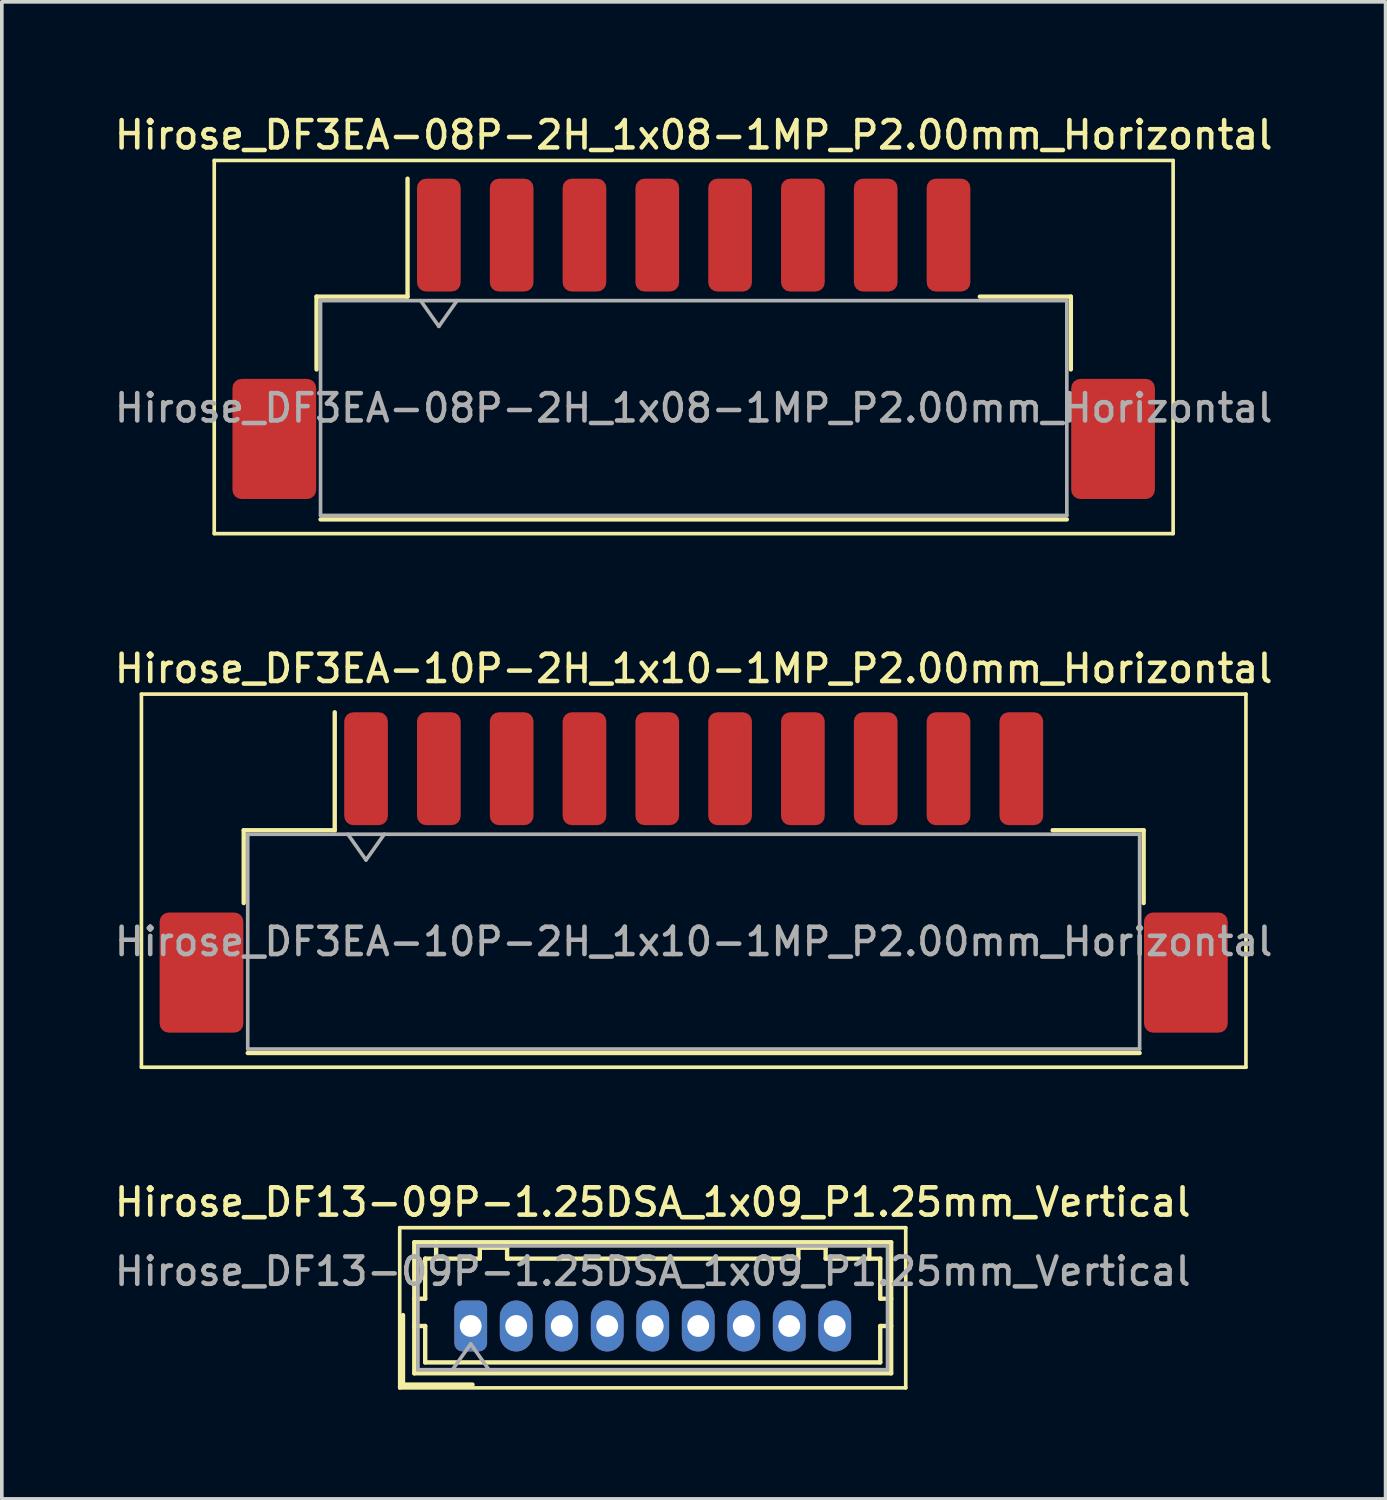
<source format=kicad_pcb>
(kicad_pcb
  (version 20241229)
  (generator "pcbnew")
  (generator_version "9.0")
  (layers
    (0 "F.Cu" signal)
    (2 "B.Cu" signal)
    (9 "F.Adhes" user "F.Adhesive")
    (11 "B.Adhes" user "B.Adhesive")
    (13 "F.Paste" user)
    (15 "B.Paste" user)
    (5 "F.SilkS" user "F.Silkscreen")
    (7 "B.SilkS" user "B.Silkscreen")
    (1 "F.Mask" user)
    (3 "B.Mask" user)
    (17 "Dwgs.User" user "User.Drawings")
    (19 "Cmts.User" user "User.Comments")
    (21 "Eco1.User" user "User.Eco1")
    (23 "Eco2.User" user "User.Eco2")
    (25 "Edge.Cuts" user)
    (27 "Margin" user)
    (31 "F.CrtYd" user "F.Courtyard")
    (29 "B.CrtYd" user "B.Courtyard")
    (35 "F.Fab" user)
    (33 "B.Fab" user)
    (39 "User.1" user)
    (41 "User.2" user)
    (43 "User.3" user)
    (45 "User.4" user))
  (footprint "Hirose_DF13-09P-1.25DSA_1x09_P1.25mm_Vertical"
    (layer "F.Cu")
    (at 9.88 33.374)
    (property "Reference" "Hirose_DF13-09P-1.25DSA_1x09_P1.25mm_Vertical" (at 5 -3.4 0) (layer "F.SilkS") (effects (font (size 0.75 0.75) (thickness 0.125))))
    (attr through_hole)
    (fp_line (start -1.95 -2.7) (end -1.95 1.7) (stroke (width 0.1) (type solid)) (layer "F.SilkS"))
    (fp_line (start -1.95 1.7) (end 11.95 1.7) (stroke (width 0.1) (type solid)) (layer "F.SilkS"))
    (fp_line (start -1.86 -0.3) (end -1.86 1.61) (stroke (width 0.12) (type solid)) (layer "F.SilkS"))
    (fp_line (start -1.86 1.61) (end 0.05 1.61) (stroke (width 0.12) (type solid)) (layer "F.SilkS"))
    (fp_line (start -1.55 -2.3) (end -1.55 1.3) (stroke (width 0.12) (type solid)) (layer "F.SilkS"))
    (fp_line (start -1.55 -0.75) (end -1.25 -0.75) (stroke (width 0.12) (type solid)) (layer "F.SilkS"))
    (fp_line (start -1.55 0) (end -1.25 0) (stroke (width 0.12) (type solid)) (layer "F.SilkS"))
    (fp_line (start -1.55 1.3) (end 11.55 1.3) (stroke (width 0.12) (type solid)) (layer "F.SilkS"))
    (fp_line (start -1.25 -1.85) (end -0.95 -1.85) (stroke (width 0.12) (type solid)) (layer "F.SilkS"))
    (fp_line (start -1.25 -0.75) (end -1.25 -1.85) (stroke (width 0.12) (type solid)) (layer "F.SilkS"))
    (fp_line (start -1.25 0) (end -1.25 1) (stroke (width 0.12) (type solid)) (layer "F.SilkS"))
    (fp_line (start -1.25 1) (end 11.25 1) (stroke (width 0.12) (type solid)) (layer "F.SilkS"))
    (fp_line (start -0.95 -1.85) (end -0.95 -2.3) (stroke (width 0.12) (type solid)) (layer "F.SilkS"))
    (fp_line (start -0.95 -1.85) (end 0.25 -1.85) (stroke (width 0.12) (type solid)) (layer "F.SilkS"))
    (fp_line (start 0.25 -2.15) (end 1 -2.15) (stroke (width 0.12) (type solid)) (layer "F.SilkS"))
    (fp_line (start 0.25 -1.85) (end 0.25 -2.15) (stroke (width 0.12) (type solid)) (layer "F.SilkS"))
    (fp_line (start 1 -2.15) (end 1 -1.85) (stroke (width 0.12) (type solid)) (layer "F.SilkS"))
    (fp_line (start 1 -1.85) (end 9 -1.85) (stroke (width 0.12) (type solid)) (layer "F.SilkS"))
    (fp_line (start 9 -2.15) (end 9.75 -2.15) (stroke (width 0.12) (type solid)) (layer "F.SilkS"))
    (fp_line (start 9 -1.85) (end 9 -2.15) (stroke (width 0.12) (type solid)) (layer "F.SilkS"))
    (fp_line (start 9.75 -2.15) (end 9.75 -1.85) (stroke (width 0.12) (type solid)) (layer "F.SilkS"))
    (fp_line (start 9.75 -1.85) (end 10.95 -1.85) (stroke (width 0.12) (type solid)) (layer "F.SilkS"))
    (fp_line (start 10.95 -1.85) (end 10.95 -2.3) (stroke (width 0.12) (type solid)) (layer "F.SilkS"))
    (fp_line (start 11.25 -1.85) (end 10.95 -1.85) (stroke (width 0.12) (type solid)) (layer "F.SilkS"))
    (fp_line (start 11.25 -0.75) (end 11.25 -1.85) (stroke (width 0.12) (type solid)) (layer "F.SilkS"))
    (fp_line (start 11.25 0) (end 11.55 0) (stroke (width 0.12) (type solid)) (layer "F.SilkS"))
    (fp_line (start 11.25 1) (end 11.25 0) (stroke (width 0.12) (type solid)) (layer "F.SilkS"))
    (fp_line (start 11.55 -2.3) (end -1.55 -2.3) (stroke (width 0.12) (type solid)) (layer "F.SilkS"))
    (fp_line (start 11.55 -0.75) (end 11.25 -0.75) (stroke (width 0.12) (type solid)) (layer "F.SilkS"))
    (fp_line (start 11.55 1.3) (end 11.55 -2.3) (stroke (width 0.12) (type solid)) (layer "F.SilkS"))
    (fp_line (start 11.95 -2.7) (end -1.95 -2.7) (stroke (width 0.1) (type solid)) (layer "F.SilkS"))
    (fp_line (start 11.95 1.7) (end 11.95 -2.7) (stroke (width 0.1) (type solid)) (layer "F.SilkS"))
    (fp_line (start -1.45 -2.2) (end -1.45 1.2) (stroke (width 0.1) (type solid)) (layer "F.Fab"))
    (fp_line (start -1.45 1.2) (end 11.45 1.2) (stroke (width 0.1) (type solid)) (layer "F.Fab"))
    (fp_line (start -0.5 1.2) (end 0 0.493) (stroke (width 0.1) (type solid)) (layer "F.Fab"))
    (fp_line (start 0 0.493) (end 0.5 1.2) (stroke (width 0.1) (type solid)) (layer "F.Fab"))
    (fp_line (start 11.45 -2.2) (end -1.45 -2.2) (stroke (width 0.1) (type solid)) (layer "F.Fab"))
    (fp_line (start 11.45 1.2) (end 11.45 -2.2) (stroke (width 0.1) (type solid)) (layer "F.Fab"))
    (fp_text user "${REFERENCE}" (at 5 -1.5 0) (layer "F.Fab") (effects (font (size 0.75 0.75) (thickness 0.125))))
    (pad "1" thru_hole roundrect (at 0 0) (size 0.9 1.4) (drill 0.6) (layers "*.Cu" "*.Mask") (roundrect_rratio 0.25))
    (pad "2" thru_hole oval (at 1.25 0) (size 0.9 1.4) (drill 0.6) (layers "*.Cu" "*.Mask"))
    (pad "3" thru_hole oval (at 2.5 0) (size 0.9 1.4) (drill 0.6) (layers "*.Cu" "*.Mask"))
    (pad "4" thru_hole oval (at 3.75 0) (size 0.9 1.4) (drill 0.6) (layers "*.Cu" "*.Mask"))
    (pad "5" thru_hole oval (at 5 0) (size 0.9 1.4) (drill 0.6) (layers "*.Cu" "*.Mask"))
    (pad "6" thru_hole oval (at 6.25 0) (size 0.9 1.4) (drill 0.6) (layers "*.Cu" "*.Mask"))
    (pad "7" thru_hole oval (at 7.5 0) (size 0.9 1.4) (drill 0.6) (layers "*.Cu" "*.Mask"))
    (pad "8" thru_hole oval (at 8.75 0) (size 0.9 1.4) (drill 0.6) (layers "*.Cu" "*.Mask"))
    (pad "9" thru_hole oval (at 10 0) (size 0.9 1.4) (drill 0.6) (layers "*.Cu" "*.Mask")))
  (footprint "Hirose_DF3EA-10P-2H_1x10-1MP_P2.00mm_Horizontal"
    (layer "F.Cu")
    (at 16.005 20.916)
    (property "Reference" "Hirose_DF3EA-10P-2H_1x10-1MP_P2.00mm_Horizontal" (at 0 -5.6 0) (layer "F.SilkS") (effects (font (size 0.75 0.75) (thickness 0.125))))
    (attr smd)
    (fp_line (start -15.17 -4.9) (end -15.17 5.35) (stroke (width 0.1) (type solid)) (layer "F.SilkS"))
    (fp_line (start -15.17 5.35) (end 15.17 5.35) (stroke (width 0.1) (type solid)) (layer "F.SilkS"))
    (fp_line (start -12.36 -1.16) (end -9.86 -1.16) (stroke (width 0.12) (type solid)) (layer "F.SilkS"))
    (fp_line (start -12.36 0.84) (end -12.36 -1.16) (stroke (width 0.12) (type solid)) (layer "F.SilkS"))
    (fp_line (start -12.25 4.96) (end 12.25 4.96) (stroke (width 0.12) (type solid)) (layer "F.SilkS"))
    (fp_line (start -9.86 -1.16) (end -9.86 -4.4) (stroke (width 0.12) (type solid)) (layer "F.SilkS"))
    (fp_line (start 12.36 -1.16) (end 9.86 -1.16) (stroke (width 0.12) (type solid)) (layer "F.SilkS"))
    (fp_line (start 12.36 0.84) (end 12.36 -1.16) (stroke (width 0.12) (type solid)) (layer "F.SilkS"))
    (fp_line (start 15.17 -4.9) (end -15.17 -4.9) (stroke (width 0.1) (type solid)) (layer "F.SilkS"))
    (fp_line (start 15.17 5.35) (end 15.17 -4.9) (stroke (width 0.1) (type solid)) (layer "F.SilkS"))
    (fp_line (start -12.25 -1.05) (end -12.25 4.85) (stroke (width 0.1) (type solid)) (layer "F.Fab"))
    (fp_line (start -12.25 -1.05) (end 12.25 -1.05) (stroke (width 0.1) (type solid)) (layer "F.Fab"))
    (fp_line (start -12.25 4.85) (end 12.25 4.85) (stroke (width 0.1) (type solid)) (layer "F.Fab"))
    (fp_line (start -9.5 -1.05) (end -9 -0.343) (stroke (width 0.1) (type solid)) (layer "F.Fab"))
    (fp_line (start -9 -0.343) (end -8.5 -1.05) (stroke (width 0.1) (type solid)) (layer "F.Fab"))
    (fp_line (start 12.25 -1.05) (end 12.25 4.85) (stroke (width 0.1) (type solid)) (layer "F.Fab"))
    (fp_text user "${REFERENCE}" (at 0 1.9 0) (layer "F.Fab") (effects (font (size 0.75 0.75) (thickness 0.125))))
    (pad "1" smd roundrect (at -9 -2.85) (size 1.2 3.1) (layers "F.Cu" "F.Mask" "F.Paste") (roundrect_rratio 0.208))
    (pad "2" smd roundrect (at -7 -2.85) (size 1.2 3.1) (layers "F.Cu" "F.Mask" "F.Paste") (roundrect_rratio 0.208))
    (pad "3" smd roundrect (at -5 -2.85) (size 1.2 3.1) (layers "F.Cu" "F.Mask" "F.Paste") (roundrect_rratio 0.208))
    (pad "4" smd roundrect (at -3 -2.85) (size 1.2 3.1) (layers "F.Cu" "F.Mask" "F.Paste") (roundrect_rratio 0.208))
    (pad "5" smd roundrect (at -1 -2.85) (size 1.2 3.1) (layers "F.Cu" "F.Mask" "F.Paste") (roundrect_rratio 0.208))
    (pad "6" smd roundrect (at 1 -2.85) (size 1.2 3.1) (layers "F.Cu" "F.Mask" "F.Paste") (roundrect_rratio 0.208))
    (pad "7" smd roundrect (at 3 -2.85) (size 1.2 3.1) (layers "F.Cu" "F.Mask" "F.Paste") (roundrect_rratio 0.208))
    (pad "8" smd roundrect (at 5 -2.85) (size 1.2 3.1) (layers "F.Cu" "F.Mask" "F.Paste") (roundrect_rratio 0.208))
    (pad "9" smd roundrect (at 7 -2.85) (size 1.2 3.1) (layers "F.Cu" "F.Mask" "F.Paste") (roundrect_rratio 0.208))
    (pad "10" smd roundrect (at 9 -2.85) (size 1.2 3.1) (layers "F.Cu" "F.Mask" "F.Paste") (roundrect_rratio 0.208))
    (pad "MP" smd roundrect (at -13.52 2.75) (size 2.3 3.3) (layers "F.Cu" "F.Mask" "F.Paste") (roundrect_rratio 0.109))
    (pad "MP" smd roundrect (at 13.52 2.75) (size 2.3 3.3) (layers "F.Cu" "F.Mask" "F.Paste") (roundrect_rratio 0.109)))
  (footprint "Hirose_DF3EA-08P-2H_1x08-1MP_P2.00mm_Horizontal"
    (layer "F.Cu")
    (at 16.005 6.258)
    (property "Reference" "Hirose_DF3EA-08P-2H_1x08-1MP_P2.00mm_Horizontal" (at 0 -5.6 0) (layer "F.SilkS") (effects (font (size 0.75 0.75) (thickness 0.125))))
    (attr smd)
    (fp_line (start -13.17 -4.9) (end -13.17 5.35) (stroke (width 0.1) (type solid)) (layer "F.SilkS"))
    (fp_line (start -13.17 5.35) (end 13.17 5.35) (stroke (width 0.1) (type solid)) (layer "F.SilkS"))
    (fp_line (start -10.36 -1.16) (end -7.86 -1.16) (stroke (width 0.12) (type solid)) (layer "F.SilkS"))
    (fp_line (start -10.36 0.84) (end -10.36 -1.16) (stroke (width 0.12) (type solid)) (layer "F.SilkS"))
    (fp_line (start -10.25 4.96) (end 10.25 4.96) (stroke (width 0.12) (type solid)) (layer "F.SilkS"))
    (fp_line (start -7.86 -1.16) (end -7.86 -4.4) (stroke (width 0.12) (type solid)) (layer "F.SilkS"))
    (fp_line (start 10.36 -1.16) (end 7.86 -1.16) (stroke (width 0.12) (type solid)) (layer "F.SilkS"))
    (fp_line (start 10.36 0.84) (end 10.36 -1.16) (stroke (width 0.12) (type solid)) (layer "F.SilkS"))
    (fp_line (start 13.17 -4.9) (end -13.17 -4.9) (stroke (width 0.1) (type solid)) (layer "F.SilkS"))
    (fp_line (start 13.17 5.35) (end 13.17 -4.9) (stroke (width 0.1) (type solid)) (layer "F.SilkS"))
    (fp_line (start -10.25 -1.05) (end -10.25 4.85) (stroke (width 0.1) (type solid)) (layer "F.Fab"))
    (fp_line (start -10.25 -1.05) (end 10.25 -1.05) (stroke (width 0.1) (type solid)) (layer "F.Fab"))
    (fp_line (start -10.25 4.85) (end 10.25 4.85) (stroke (width 0.1) (type solid)) (layer "F.Fab"))
    (fp_line (start -7.5 -1.05) (end -7 -0.343) (stroke (width 0.1) (type solid)) (layer "F.Fab"))
    (fp_line (start -7 -0.343) (end -6.5 -1.05) (stroke (width 0.1) (type solid)) (layer "F.Fab"))
    (fp_line (start 10.25 -1.05) (end 10.25 4.85) (stroke (width 0.1) (type solid)) (layer "F.Fab"))
    (fp_text user "${REFERENCE}" (at 0 1.9 0) (layer "F.Fab") (effects (font (size 0.75 0.75) (thickness 0.125))))
    (pad "1" smd roundrect (at -7 -2.85) (size 1.2 3.1) (layers "F.Cu" "F.Mask" "F.Paste") (roundrect_rratio 0.208))
    (pad "2" smd roundrect (at -5 -2.85) (size 1.2 3.1) (layers "F.Cu" "F.Mask" "F.Paste") (roundrect_rratio 0.208))
    (pad "3" smd roundrect (at -3 -2.85) (size 1.2 3.1) (layers "F.Cu" "F.Mask" "F.Paste") (roundrect_rratio 0.208))
    (pad "4" smd roundrect (at -1 -2.85) (size 1.2 3.1) (layers "F.Cu" "F.Mask" "F.Paste") (roundrect_rratio 0.208))
    (pad "5" smd roundrect (at 1 -2.85) (size 1.2 3.1) (layers "F.Cu" "F.Mask" "F.Paste") (roundrect_rratio 0.208))
    (pad "6" smd roundrect (at 3 -2.85) (size 1.2 3.1) (layers "F.Cu" "F.Mask" "F.Paste") (roundrect_rratio 0.208))
    (pad "7" smd roundrect (at 5 -2.85) (size 1.2 3.1) (layers "F.Cu" "F.Mask" "F.Paste") (roundrect_rratio 0.208))
    (pad "8" smd roundrect (at 7 -2.85) (size 1.2 3.1) (layers "F.Cu" "F.Mask" "F.Paste") (roundrect_rratio 0.208))
    (pad "MP" smd roundrect (at -11.52 2.75) (size 2.3 3.3) (layers "F.Cu" "F.Mask" "F.Paste") (roundrect_rratio 0.109))
    (pad "MP" smd roundrect (at 11.52 2.75) (size 2.3 3.3) (layers "F.Cu" "F.Mask" "F.Paste") (roundrect_rratio 0.109)))
  (gr_rect
    (start -3 -3)
    (end 35.011 38.124)
    (stroke (width 0.1) (type default))
    (fill no)
    (layer "Edge.Cuts")))
</source>
